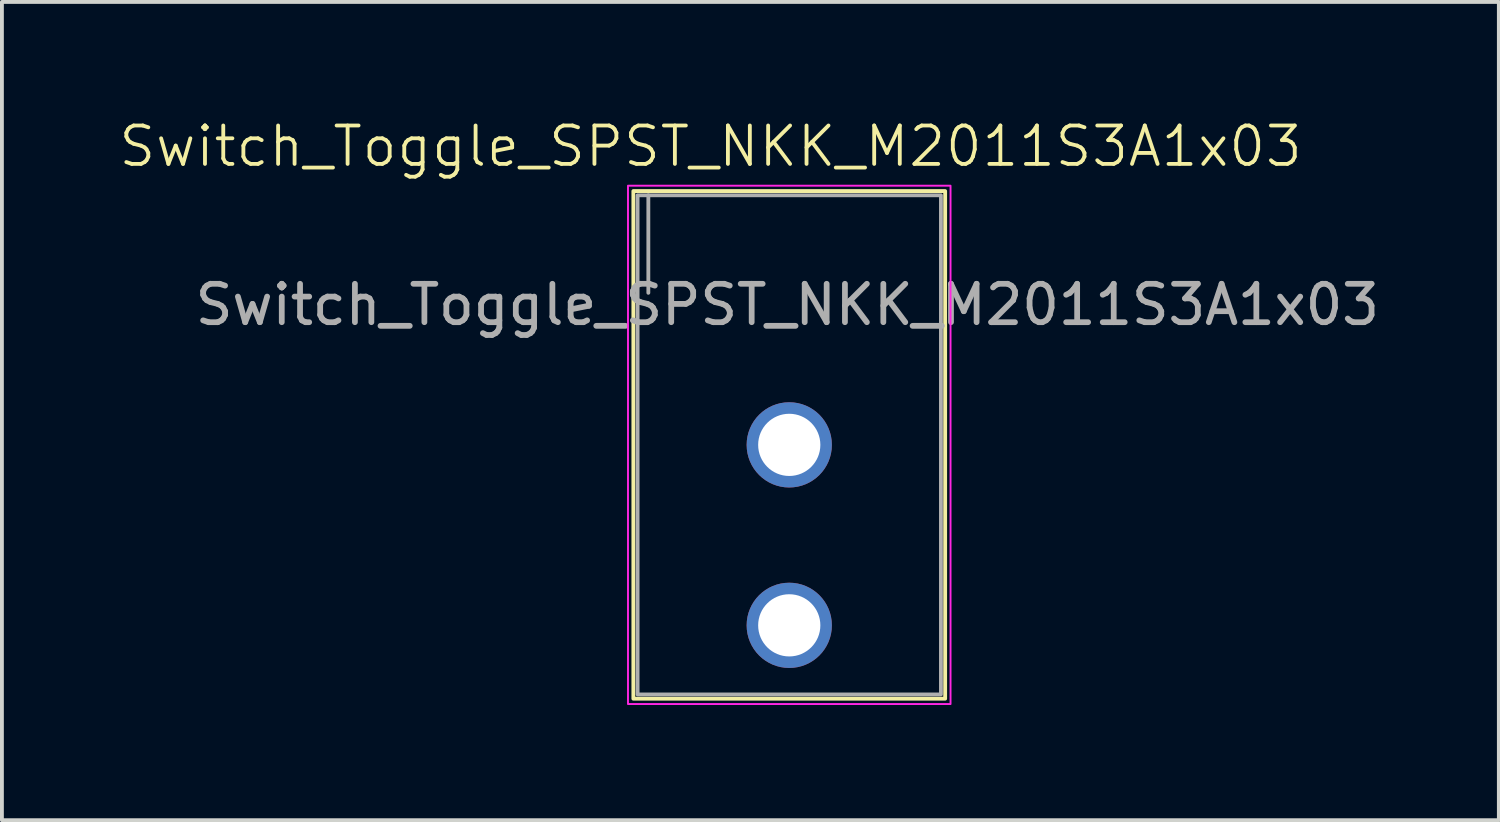
<source format=kicad_pcb>
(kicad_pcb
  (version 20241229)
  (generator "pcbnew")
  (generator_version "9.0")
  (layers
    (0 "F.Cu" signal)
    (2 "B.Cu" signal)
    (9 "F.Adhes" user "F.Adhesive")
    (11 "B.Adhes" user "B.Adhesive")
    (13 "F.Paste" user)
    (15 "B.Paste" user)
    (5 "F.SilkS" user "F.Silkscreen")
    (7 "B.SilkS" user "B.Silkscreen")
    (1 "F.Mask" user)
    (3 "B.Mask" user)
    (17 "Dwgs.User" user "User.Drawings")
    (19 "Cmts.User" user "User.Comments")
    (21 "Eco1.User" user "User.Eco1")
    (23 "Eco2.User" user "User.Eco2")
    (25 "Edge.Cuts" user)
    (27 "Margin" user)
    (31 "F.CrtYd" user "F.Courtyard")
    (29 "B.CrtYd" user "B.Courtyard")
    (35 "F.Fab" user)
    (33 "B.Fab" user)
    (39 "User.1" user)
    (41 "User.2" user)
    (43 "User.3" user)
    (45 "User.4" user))
  (footprint "Switch_Toggle_SPST_NKK_M2011S3A1x03"
    (layer "F.Cu")
    (at 17.505 3.836)
    (property "Reference" "Switch_Toggle_SPST_NKK_M2011S3A1x03" (at -2.05 -3.075 0) (unlocked yes) (layer "F.SilkS") (effects (font (size 1 1) (thickness 0.1))))
    (attr through_hole)
    (fp_rect (start -4.06 -1.91) (end 4.06 11.31) (stroke (width 0.1) (type default)) (fill no) (layer "F.SilkS"))
    (fp_rect (start -4.2 -2.05) (end 4.2 11.45) (stroke (width 0.05) (type default)) (fill no) (layer "F.CrtYd"))
    (fp_line (start -3.67 -1.8) (end -3.67 0.74) (stroke (width 0.1) (type default)) (layer "F.Fab"))
    (fp_rect (start -3.95 -1.8) (end 3.95 11.2) (stroke (width 0.1) (type default)) (fill no) (layer "F.Fab"))
    (fp_text user "${REFERENCE}" (at -0.05 1.05 0) (unlocked yes) (layer "F.Fab") (effects (font (size 1 1) (thickness 0.15))))
    (pad "2" thru_hole circle (at 0 4.7) (size 2.22 2.22) (drill 1.62) (layers "*.Cu" "*.Mask"))
    (pad "3" thru_hole circle (at 0 9.4) (size 2.22 2.22) (drill 1.62) (layers "*.Cu" "*.Mask")))
  (gr_rect
    (start -3 -3)
    (end 35.985 18.311)
    (stroke (width 0.1) (type default))
    (fill no)
    (layer "Edge.Cuts")))
</source>
